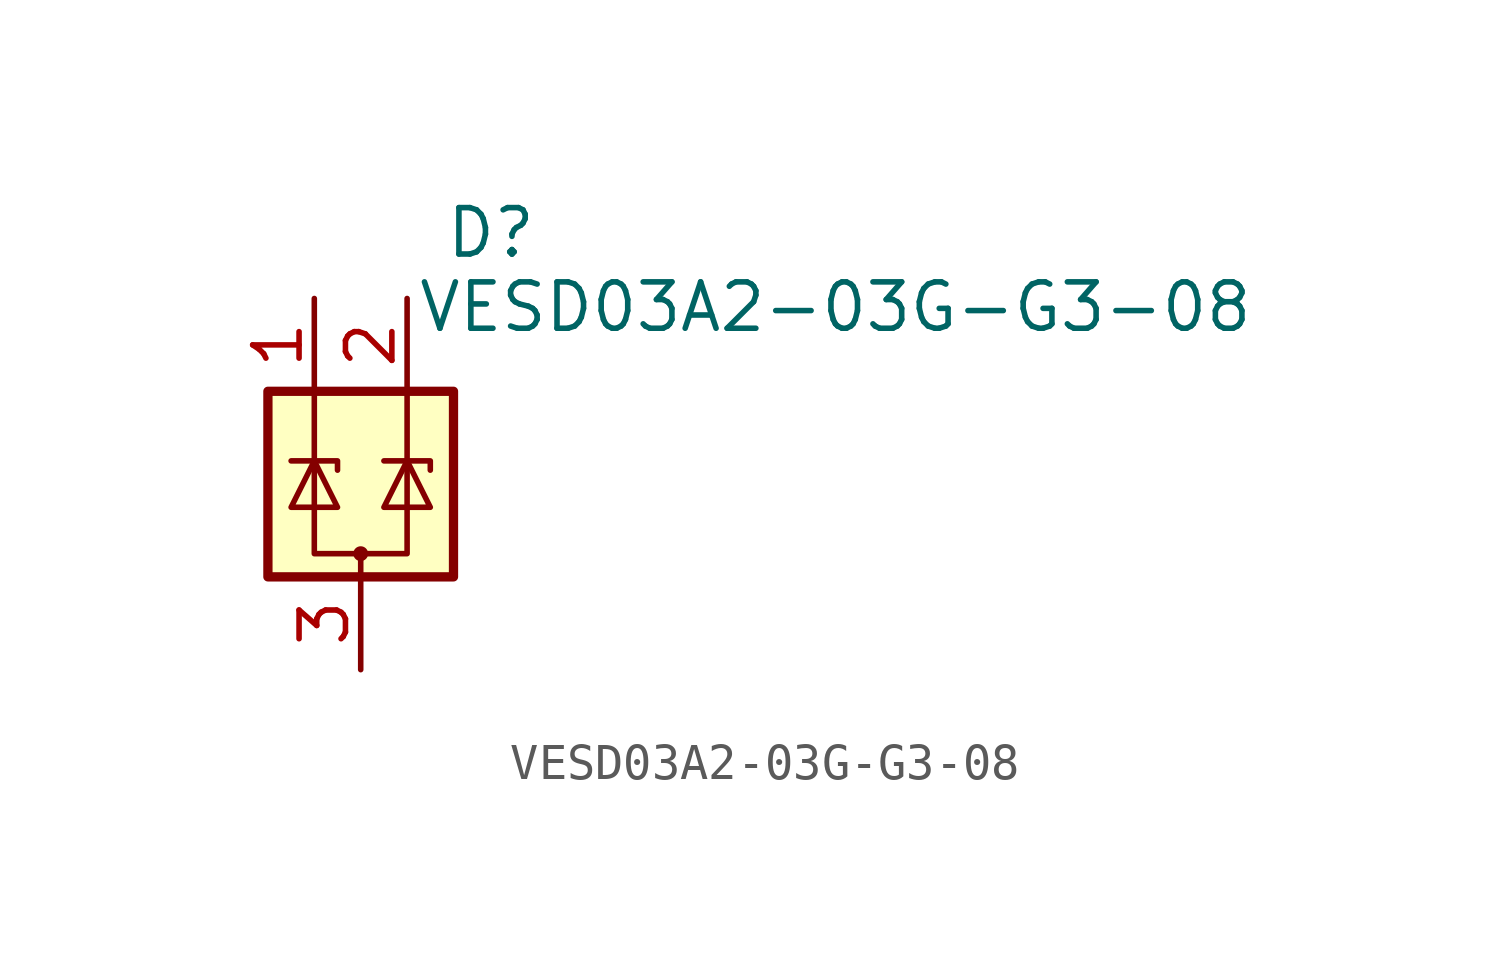
<source format=kicad_sym>
(kicad_symbol_lib
  (version 20231120)
  (generator "kicad_symbol_editor")
  (generator_version "8.0")
  (symbol " VESD03A2-03G-G3-08"
    (pin_names hide)
    (property "Reference" "D"
      (at 3.556 5.08 0)
      (effects (font (size 1.27 1.27)) (justify left top)))
    (property "Value" " VESD03A2-03G-G3-08"
      (at 2.794 3.048 0)
      (effects (font (size 1.27 1.27)) (justify left top)))
    (symbol " VESD03A2-03G-G3-08_0_1"
      (rectangle (start -1.27 0) (end 3.81 -5.08) (stroke (width 0.254) (type default)) (fill (type background)))
      (polyline (pts (xy 1.27 -5.08) (xy 1.27 -4.445)) (stroke (width 0) (type default)) (fill (type none)))
      (polyline (pts (xy -0.635 -1.905) (xy 0.635 -1.905) (xy 0.635 -2.159)) (stroke (width 0) (type default)) (fill (type none)))
      (polyline (pts (xy 1.905 -1.905) (xy 3.175 -1.905) (xy 3.175 -2.159)) (stroke (width 0) (type default)) (fill (type none)))
      (polyline (pts (xy -0.635 -3.175) (xy 0.635 -3.175) (xy 0 -1.905) (xy -0.635 -3.175)) (stroke (width 0) (type default)) (fill (type none)))
      (polyline (pts (xy 0 0) (xy 0 -4.445) (xy 2.54 -4.445) (xy 2.54 0)) (stroke (width 0) (type default)) (fill (type none)))
      (polyline (pts (xy 1.905 -3.175) (xy 3.175 -3.175) (xy 2.54 -1.905) (xy 1.905 -3.175)) (stroke (width 0) (type default)) (fill (type none)))
      (circle (center 1.27 -4.445) (radius 0.127) (stroke (width 0) (type default)) (fill (type none))))
    (symbol " VESD03A2-03G-G3-08_1_0"
      (pin passive line (at 1.27 -7.62 90) (length 2.54) (name "GND" (effects (font (size 1.27 1.27)))) (number "3" (effects (font (size 1.27 1.27))))))
    (symbol " VESD03A2-03G-G3-08_1_1"
      (pin passive line (at 0 2.54 270) (length 2.54) (name "IO1" (effects (font (size 1.27 1.27)))) (number "1" (effects (font (size 1.27 1.27)))))
      (pin passive line (at 2.54 2.54 270) (length 2.54) (name "IO2" (effects (font (size 1.27 1.27)))) (number "2" (effects (font (size 1.27 1.27))))))))
</source>
